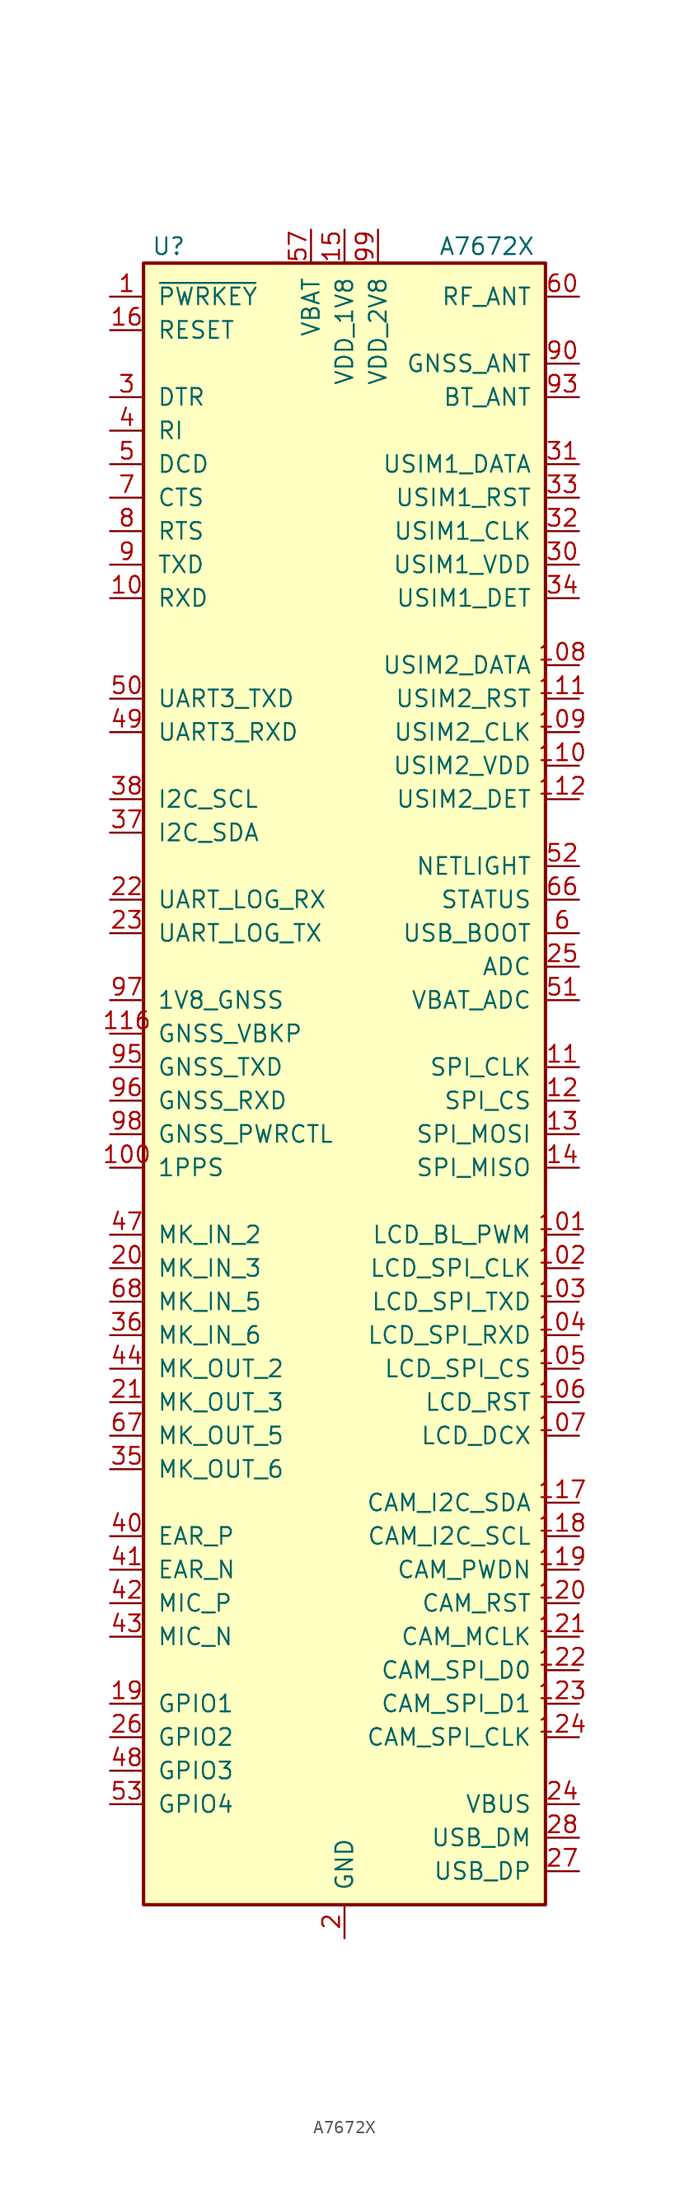
<source format=kicad_sym>
(kicad_symbol_lib
  (version 20220914)
  (generator kicad_symbol_editor)
  (symbol "A7672X"
    (pin_names
      (offset 1.016))
    (property "Reference" "U"
      (at -13.335 63.5 0)
      (effects (font (size 1.27 1.27))))
    (property "Value" "A7672X"
      (at 10.795 63.5 0)
      (effects (font (size 1.27 1.27))))
    (symbol "A7672X_0_0"
      (rectangle (start -15.24 62.23) (end 15.24 -62.23) (stroke (width 0.254) (type default)) (fill (type background))))
    (symbol "A7672X_1_0"
      (pin input line (at -17.78 36.83 0) (length 2.54) (name "RXD" (effects (font (size 1.27 1.27)))) (number "10" (effects (font (size 1.27 1.27)))))
      (pin output line (at -17.78 -6.35 0) (length 2.54) (name "1PPS" (effects (font (size 1.27 1.27)))) (number "100" (effects (font (size 1.27 1.27)))))
      (pin output line (at 17.78 -11.43 180) (length 2.54) (name "LCD_BL_PWM" (effects (font (size 1.27 1.27)))) (number "101" (effects (font (size 1.27 1.27)))))
      (pin output line (at 17.78 -13.97 180) (length 2.54) (name "LCD_SPI_CLK" (effects (font (size 1.27 1.27)))) (number "102" (effects (font (size 1.27 1.27)))))
      (pin bidirectional line (at 17.78 -16.51 180) (length 2.54) (name "LCD_SPI_TXD" (effects (font (size 1.27 1.27)))) (number "103" (effects (font (size 1.27 1.27)))))
      (pin input line (at 17.78 -19.05 180) (length 2.54) (name "LCD_SPI_RXD" (effects (font (size 1.27 1.27)))) (number "104" (effects (font (size 1.27 1.27)))))
      (pin output line (at 17.78 -21.59 180) (length 2.54) (name "LCD_SPI_CS" (effects (font (size 1.27 1.27)))) (number "105" (effects (font (size 1.27 1.27)))))
      (pin output line (at 17.78 -24.13 180) (length 2.54) (name "LCD_RST" (effects (font (size 1.27 1.27)))) (number "106" (effects (font (size 1.27 1.27)))))
      (pin output line (at 17.78 -26.67 180) (length 2.54) (name "LCD_DCX" (effects (font (size 1.27 1.27)))) (number "107" (effects (font (size 1.27 1.27)))))
      (pin bidirectional line (at 17.78 31.75 180) (length 2.54) (name "USIM2_DATA" (effects (font (size 1.27 1.27)))) (number "108" (effects (font (size 1.27 1.27)))))
      (pin output line (at 17.78 26.67 180) (length 2.54) (name "USIM2_CLK" (effects (font (size 1.27 1.27)))) (number "109" (effects (font (size 1.27 1.27)))))
      (pin bidirectional line (at 17.78 1.27 180) (length 2.54) (name "SPI_CLK" (effects (font (size 1.27 1.27)))) (number "11" (effects (font (size 1.27 1.27)))))
      (pin power_out line (at 17.78 24.13 180) (length 2.54) (name "USIM2_VDD" (effects (font (size 1.27 1.27)))) (number "110" (effects (font (size 1.27 1.27)))))
      (pin output line (at 17.78 29.21 180) (length 2.54) (name "USIM2_RST" (effects (font (size 1.27 1.27)))) (number "111" (effects (font (size 1.27 1.27)))))
      (pin bidirectional line (at 17.78 21.59 180) (length 2.54) (name "USIM2_DET" (effects (font (size 1.27 1.27)))) (number "112" (effects (font (size 1.27 1.27)))))
      (pin no_connect line (at -15.24 34.29 0) (length 2.54) hide (name "NC" (effects (font (size 1.27 1.27)))) (number "113" (effects (font (size 1.27 1.27)))))
      (pin no_connect line (at -15.24 34.29 0) (length 2.54) hide (name "NC" (effects (font (size 1.27 1.27)))) (number "114" (effects (font (size 1.27 1.27)))))
      (pin no_connect line (at -15.24 34.29 0) (length 2.54) hide (name "NC" (effects (font (size 1.27 1.27)))) (number "115" (effects (font (size 1.27 1.27)))))
      (pin power_in line (at -17.78 3.81 0) (length 2.54) (name "GNSS_VBKP" (effects (font (size 1.27 1.27)))) (number "116" (effects (font (size 1.27 1.27)))))
      (pin bidirectional line (at 17.78 -31.75 180) (length 2.54) (name "CAM_I2C_SDA" (effects (font (size 1.27 1.27)))) (number "117" (effects (font (size 1.27 1.27)))))
      (pin output line (at 17.78 -34.29 180) (length 2.54) (name "CAM_I2C_SCL" (effects (font (size 1.27 1.27)))) (number "118" (effects (font (size 1.27 1.27)))))
      (pin output line (at 17.78 -36.83 180) (length 2.54) (name "CAM_PWDN" (effects (font (size 1.27 1.27)))) (number "119" (effects (font (size 1.27 1.27)))))
      (pin bidirectional line (at 17.78 -1.27 180) (length 2.54) (name "SPI_CS" (effects (font (size 1.27 1.27)))) (number "12" (effects (font (size 1.27 1.27)))))
      (pin output line (at 17.78 -39.37 180) (length 2.54) (name "CAM_RST" (effects (font (size 1.27 1.27)))) (number "120" (effects (font (size 1.27 1.27)))))
      (pin output line (at 17.78 -41.91 180) (length 2.54) (name "CAM_MCLK" (effects (font (size 1.27 1.27)))) (number "121" (effects (font (size 1.27 1.27)))))
      (pin input line (at 17.78 -44.45 180) (length 2.54) (name "CAM_SPI_D0" (effects (font (size 1.27 1.27)))) (number "122" (effects (font (size 1.27 1.27)))))
      (pin input line (at 17.78 -46.99 180) (length 2.54) (name "CAM_SPI_D1" (effects (font (size 1.27 1.27)))) (number "123" (effects (font (size 1.27 1.27)))))
      (pin output line (at 17.78 -49.53 180) (length 2.54) (name "CAM_SPI_CLK" (effects (font (size 1.27 1.27)))) (number "124" (effects (font (size 1.27 1.27)))))
      (pin output line (at 17.78 -3.81 180) (length 2.54) (name "SPI_MOSI" (effects (font (size 1.27 1.27)))) (number "13" (effects (font (size 1.27 1.27)))))
      (pin input line (at 17.78 -6.35 180) (length 2.54) (name "SPI_MISO" (effects (font (size 1.27 1.27)))) (number "14" (effects (font (size 1.27 1.27)))))
      (pin output line (at 0 64.77 270) (length 2.54) (name "VDD_1V8" (effects (font (size 1.27 1.27)))) (number "15" (effects (font (size 1.27 1.27)))))
      (pin input line (at -17.78 57.15 0) (length 2.54) (name "RESET" (effects (font (size 1.27 1.27)))) (number "16" (effects (font (size 1.27 1.27)))))
      (pin power_in line (at 0 -64.77 90) (length 2.54) hide (name "GND" (effects (font (size 1.27 1.27)))) (number "17" (effects (font (size 1.27 1.27)))))
      (pin power_in line (at 0 -64.77 90) (length 2.54) hide (name "GND" (effects (font (size 1.27 1.27)))) (number "18" (effects (font (size 1.27 1.27)))))
      (pin bidirectional line (at -17.78 -46.99 0) (length 2.54) (name "GPIO1" (effects (font (size 1.27 1.27)))) (number "19" (effects (font (size 1.27 1.27)))))
      (pin power_in line (at 0 -64.77 90) (length 2.54) (name "GND" (effects (font (size 1.27 1.27)))) (number "2" (effects (font (size 1.27 1.27)))))
      (pin input line (at -17.78 -13.97 0) (length 2.54) (name "MK_IN_3" (effects (font (size 1.27 1.27)))) (number "20" (effects (font (size 1.27 1.27)))))
      (pin output line (at -17.78 -24.13 0) (length 2.54) (name "MK_OUT_3" (effects (font (size 1.27 1.27)))) (number "21" (effects (font (size 1.27 1.27)))))
      (pin input line (at -17.78 13.97 0) (length 2.54) (name "UART_LOG_RX" (effects (font (size 1.27 1.27)))) (number "22" (effects (font (size 1.27 1.27)))))
      (pin output line (at -17.78 11.43 0) (length 2.54) (name "UART_LOG_TX" (effects (font (size 1.27 1.27)))) (number "23" (effects (font (size 1.27 1.27)))))
      (pin input line (at 17.78 -54.61 180) (length 2.54) (name "VBUS" (effects (font (size 1.27 1.27)))) (number "24" (effects (font (size 1.27 1.27)))))
      (pin input line (at 17.78 8.89 180) (length 2.54) (name "ADC" (effects (font (size 1.27 1.27)))) (number "25" (effects (font (size 1.27 1.27)))))
      (pin bidirectional line (at -17.78 -49.53 0) (length 2.54) (name "GPIO2" (effects (font (size 1.27 1.27)))) (number "26" (effects (font (size 1.27 1.27)))))
      (pin bidirectional line (at 17.78 -59.69 180) (length 2.54) (name "USB_DP" (effects (font (size 1.27 1.27)))) (number "27" (effects (font (size 1.27 1.27)))))
      (pin bidirectional line (at 17.78 -57.15 180) (length 2.54) (name "USB_DM" (effects (font (size 1.27 1.27)))) (number "28" (effects (font (size 1.27 1.27)))))
      (pin power_in line (at 0 -64.77 90) (length 2.54) hide (name "GND" (effects (font (size 1.27 1.27)))) (number "29" (effects (font (size 1.27 1.27)))))
      (pin input line (at -17.78 52.07 0) (length 2.54) (name "DTR" (effects (font (size 1.27 1.27)))) (number "3" (effects (font (size 1.27 1.27)))))
      (pin power_out line (at 17.78 39.37 180) (length 2.54) (name "USIM1_VDD" (effects (font (size 1.27 1.27)))) (number "30" (effects (font (size 1.27 1.27)))))
      (pin bidirectional line (at 17.78 46.99 180) (length 2.54) (name "USIM1_DATA" (effects (font (size 1.27 1.27)))) (number "31" (effects (font (size 1.27 1.27)))))
      (pin output line (at 17.78 41.91 180) (length 2.54) (name "USIM1_CLK" (effects (font (size 1.27 1.27)))) (number "32" (effects (font (size 1.27 1.27)))))
      (pin output line (at 17.78 44.45 180) (length 2.54) (name "USIM1_RST" (effects (font (size 1.27 1.27)))) (number "33" (effects (font (size 1.27 1.27)))))
      (pin output line (at -17.78 -29.21 0) (length 2.54) (name "MK_OUT_6" (effects (font (size 1.27 1.27)))) (number "35" (effects (font (size 1.27 1.27)))))
      (pin input line (at -17.78 -19.05 0) (length 2.54) (name "MK_IN_6" (effects (font (size 1.27 1.27)))) (number "36" (effects (font (size 1.27 1.27)))))
      (pin bidirectional line (at -17.78 19.05 0) (length 2.54) (name "I2C_SDA" (effects (font (size 1.27 1.27)))) (number "37" (effects (font (size 1.27 1.27)))))
      (pin output line (at -17.78 21.59 0) (length 2.54) (name "I2C_SCL" (effects (font (size 1.27 1.27)))) (number "38" (effects (font (size 1.27 1.27)))))
      (pin power_in line (at 0 -64.77 90) (length 2.54) hide (name "GND" (effects (font (size 1.27 1.27)))) (number "39" (effects (font (size 1.27 1.27)))))
      (pin output line (at -17.78 49.53 0) (length 2.54) (name "RI" (effects (font (size 1.27 1.27)))) (number "4" (effects (font (size 1.27 1.27)))))
      (pin bidirectional line (at -17.78 -34.29 0) (length 2.54) (name "EAR_P" (effects (font (size 1.27 1.27)))) (number "40" (effects (font (size 1.27 1.27)))))
      (pin bidirectional line (at -17.78 -36.83 0) (length 2.54) (name "EAR_N" (effects (font (size 1.27 1.27)))) (number "41" (effects (font (size 1.27 1.27)))))
      (pin bidirectional line (at -17.78 -39.37 0) (length 2.54) (name "MIC_P" (effects (font (size 1.27 1.27)))) (number "42" (effects (font (size 1.27 1.27)))))
      (pin bidirectional line (at -17.78 -41.91 0) (length 2.54) (name "MIC_N" (effects (font (size 1.27 1.27)))) (number "43" (effects (font (size 1.27 1.27)))))
      (pin output line (at -17.78 -21.59 0) (length 2.54) (name "MK_OUT_2" (effects (font (size 1.27 1.27)))) (number "44" (effects (font (size 1.27 1.27)))))
      (pin power_in line (at 0 -64.77 90) (length 2.54) hide (name "GND" (effects (font (size 1.27 1.27)))) (number "45" (effects (font (size 1.27 1.27)))))
      (pin power_in line (at 0 -64.77 90) (length 2.54) hide (name "GND" (effects (font (size 1.27 1.27)))) (number "46" (effects (font (size 1.27 1.27)))))
      (pin input line (at -17.78 -11.43 0) (length 2.54) (name "MK_IN_2" (effects (font (size 1.27 1.27)))) (number "47" (effects (font (size 1.27 1.27)))))
      (pin bidirectional line (at -17.78 -52.07 0) (length 2.54) (name "GPIO3" (effects (font (size 1.27 1.27)))) (number "48" (effects (font (size 1.27 1.27)))))
      (pin output line (at -17.78 46.99 0) (length 2.54) (name "DCD" (effects (font (size 1.27 1.27)))) (number "5" (effects (font (size 1.27 1.27)))))
      (pin input line (at 17.78 6.35 180) (length 2.54) (name "VBAT_ADC" (effects (font (size 1.27 1.27)))) (number "51" (effects (font (size 1.27 1.27)))))
      (pin output line (at 17.78 16.51 180) (length 2.54) (name "NETLIGHT" (effects (font (size 1.27 1.27)))) (number "52" (effects (font (size 1.27 1.27)))))
      (pin bidirectional line (at -17.78 -54.61 0) (length 2.54) (name "GPIO4" (effects (font (size 1.27 1.27)))) (number "53" (effects (font (size 1.27 1.27)))))
      (pin power_in line (at 0 -64.77 90) (length 2.54) hide (name "GND" (effects (font (size 1.27 1.27)))) (number "54" (effects (font (size 1.27 1.27)))))
      (pin power_in line (at -2.54 64.77 270) (length 2.54) (name "VBAT" (effects (font (size 1.27 1.27)))) (number "57" (effects (font (size 1.27 1.27)))))
      (pin power_in line (at 0 -64.77 90) (length 2.54) hide (name "GND" (effects (font (size 1.27 1.27)))) (number "58" (effects (font (size 1.27 1.27)))))
      (pin power_in line (at 0 -64.77 90) (length 2.54) hide (name "GND" (effects (font (size 1.27 1.27)))) (number "59" (effects (font (size 1.27 1.27)))))
      (pin input line (at 17.78 11.43 180) (length 2.54) (name "USB_BOOT" (effects (font (size 1.27 1.27)))) (number "6" (effects (font (size 1.27 1.27)))))
      (pin bidirectional line (at 17.78 59.69 180) (length 2.54) (name "RF_ANT" (effects (font (size 1.27 1.27)))) (number "60" (effects (font (size 1.27 1.27)))))
      (pin power_in line (at 0 -64.77 90) (length 2.54) hide (name "GND" (effects (font (size 1.27 1.27)))) (number "61" (effects (font (size 1.27 1.27)))))
      (pin power_in line (at 0 -64.77 90) (length 2.54) hide (name "GND" (effects (font (size 1.27 1.27)))) (number "62" (effects (font (size 1.27 1.27)))))
      (pin power_in line (at 0 -64.77 90) (length 2.54) hide (name "GND" (effects (font (size 1.27 1.27)))) (number "63" (effects (font (size 1.27 1.27)))))
      (pin power_in line (at 0 -64.77 90) (length 2.54) hide (name "GND" (effects (font (size 1.27 1.27)))) (number "64" (effects (font (size 1.27 1.27)))))
      (pin power_in line (at 0 -64.77 90) (length 2.54) hide (name "GND" (effects (font (size 1.27 1.27)))) (number "65" (effects (font (size 1.27 1.27)))))
      (pin output line (at 17.78 13.97 180) (length 2.54) (name "STATUS" (effects (font (size 1.27 1.27)))) (number "66" (effects (font (size 1.27 1.27)))))
      (pin input line (at -17.78 -16.51 0) (length 2.54) (name "MK_IN_5" (effects (font (size 1.27 1.27)))) (number "68" (effects (font (size 1.27 1.27)))))
      (pin power_in line (at 0 -64.77 90) (length 2.54) hide (name "GND" (effects (font (size 1.27 1.27)))) (number "69" (effects (font (size 1.27 1.27)))))
      (pin output line (at -17.78 44.45 0) (length 2.54) (name "CTS" (effects (font (size 1.27 1.27)))) (number "7" (effects (font (size 1.27 1.27)))))
      (pin power_in line (at 0 -64.77 90) (length 2.54) hide (name "GND" (effects (font (size 1.27 1.27)))) (number "70" (effects (font (size 1.27 1.27)))))
      (pin power_in line (at 0 -64.77 90) (length 2.54) hide (name "GND" (effects (font (size 1.27 1.27)))) (number "71" (effects (font (size 1.27 1.27)))))
      (pin power_in line (at 0 -64.77 90) (length 2.54) hide (name "GND" (effects (font (size 1.27 1.27)))) (number "72" (effects (font (size 1.27 1.27)))))
      (pin power_in line (at 0 -64.77 90) (length 2.54) hide (name "GND" (effects (font (size 1.27 1.27)))) (number "73" (effects (font (size 1.27 1.27)))))
      (pin power_in line (at 0 -64.77 90) (length 2.54) hide (name "GND" (effects (font (size 1.27 1.27)))) (number "74" (effects (font (size 1.27 1.27)))))
      (pin power_in line (at 0 -64.77 90) (length 2.54) hide (name "GND" (effects (font (size 1.27 1.27)))) (number "75" (effects (font (size 1.27 1.27)))))
      (pin power_in line (at 0 -64.77 90) (length 2.54) hide (name "GND" (effects (font (size 1.27 1.27)))) (number "76" (effects (font (size 1.27 1.27)))))
      (pin power_in line (at 0 -64.77 90) (length 2.54) hide (name "GND" (effects (font (size 1.27 1.27)))) (number "77" (effects (font (size 1.27 1.27)))))
      (pin power_in line (at 0 -64.77 90) (length 2.54) hide (name "GND" (effects (font (size 1.27 1.27)))) (number "78" (effects (font (size 1.27 1.27)))))
      (pin power_in line (at 0 -64.77 90) (length 2.54) hide (name "GND" (effects (font (size 1.27 1.27)))) (number "79" (effects (font (size 1.27 1.27)))))
      (pin input line (at -17.78 41.91 0) (length 2.54) (name "RTS" (effects (font (size 1.27 1.27)))) (number "8" (effects (font (size 1.27 1.27)))))
      (pin power_in line (at 0 -64.77 90) (length 2.54) hide (name "GND" (effects (font (size 1.27 1.27)))) (number "80" (effects (font (size 1.27 1.27)))))
      (pin power_in line (at 0 -64.77 90) (length 2.54) hide (name "GND" (effects (font (size 1.27 1.27)))) (number "81" (effects (font (size 1.27 1.27)))))
      (pin power_in line (at 0 -64.77 90) (length 2.54) hide (name "GND" (effects (font (size 1.27 1.27)))) (number "82" (effects (font (size 1.27 1.27)))))
      (pin power_in line (at 0 -64.77 90) (length 2.54) hide (name "GND" (effects (font (size 1.27 1.27)))) (number "83" (effects (font (size 1.27 1.27)))))
      (pin power_in line (at 0 -64.77 90) (length 2.54) hide (name "GND" (effects (font (size 1.27 1.27)))) (number "84" (effects (font (size 1.27 1.27)))))
      (pin power_in line (at 0 -64.77 90) (length 2.54) hide (name "GND" (effects (font (size 1.27 1.27)))) (number "85" (effects (font (size 1.27 1.27)))))
      (pin power_in line (at 0 -64.77 90) (length 2.54) hide (name "GND" (effects (font (size 1.27 1.27)))) (number "86" (effects (font (size 1.27 1.27)))))
      (pin power_in line (at 0 -64.77 90) (length 2.54) hide (name "GND" (effects (font (size 1.27 1.27)))) (number "87" (effects (font (size 1.27 1.27)))))
      (pin power_in line (at 0 -64.77 90) (length 2.54) hide (name "GND" (effects (font (size 1.27 1.27)))) (number "88" (effects (font (size 1.27 1.27)))))
      (pin power_in line (at 0 -64.77 90) (length 2.54) hide (name "GND" (effects (font (size 1.27 1.27)))) (number "89" (effects (font (size 1.27 1.27)))))
      (pin output line (at -17.78 39.37 0) (length 2.54) (name "TXD" (effects (font (size 1.27 1.27)))) (number "9" (effects (font (size 1.27 1.27)))))
      (pin bidirectional line (at 17.78 54.61 180) (length 2.54) (name "GNSS_ANT" (effects (font (size 1.27 1.27)))) (number "90" (effects (font (size 1.27 1.27)))))
      (pin power_in line (at 0 -64.77 90) (length 2.54) hide (name "GND" (effects (font (size 1.27 1.27)))) (number "91" (effects (font (size 1.27 1.27)))))
      (pin power_in line (at 0 -64.77 90) (length 2.54) hide (name "GND" (effects (font (size 1.27 1.27)))) (number "92" (effects (font (size 1.27 1.27)))))
      (pin bidirectional line (at 17.78 52.07 180) (length 2.54) (name "BT_ANT" (effects (font (size 1.27 1.27)))) (number "93" (effects (font (size 1.27 1.27)))))
      (pin power_in line (at 0 -64.77 90) (length 2.54) hide (name "GND" (effects (font (size 1.27 1.27)))) (number "94" (effects (font (size 1.27 1.27)))))
      (pin output line (at -17.78 1.27 0) (length 2.54) (name "GNSS_TXD" (effects (font (size 1.27 1.27)))) (number "95" (effects (font (size 1.27 1.27)))))
      (pin input line (at -17.78 -1.27 0) (length 2.54) (name "GNSS_RXD" (effects (font (size 1.27 1.27)))) (number "96" (effects (font (size 1.27 1.27)))))
      (pin power_in line (at -17.78 6.35 0) (length 2.54) (name "1V8_GNSS" (effects (font (size 1.27 1.27)))) (number "97" (effects (font (size 1.27 1.27)))))
      (pin input line (at -17.78 -3.81 0) (length 2.54) (name "GNSS_PWRCTL" (effects (font (size 1.27 1.27)))) (number "98" (effects (font (size 1.27 1.27)))))
      (pin power_out line (at 2.54 64.77 270) (length 2.54) (name "VDD_2V8" (effects (font (size 1.27 1.27)))) (number "99" (effects (font (size 1.27 1.27))))))
    (symbol "A7672X_1_1"
      (pin input line (at -17.78 59.69 0) (length 2.54) (name "~{PWRKEY}" (effects (font (size 1.27 1.27)))) (number "1" (effects (font (size 1.27 1.27)))))
      (pin bidirectional line (at 17.78 36.83 180) (length 2.54) (name "USIM1_DET" (effects (font (size 1.27 1.27)))) (number "34" (effects (font (size 1.27 1.27)))))
      (pin input line (at -17.78 26.67 0) (length 2.54) (name "UART3_RXD" (effects (font (size 1.27 1.27)))) (number "49" (effects (font (size 1.27 1.27)))))
      (pin output line (at -17.78 29.21 0) (length 2.54) (name "UART3_TXD" (effects (font (size 1.27 1.27)))) (number "50" (effects (font (size 1.27 1.27)))))
      (pin power_in line (at -2.54 64.77 270) (length 2.54) hide (name "VBAT" (effects (font (size 1.27 1.27)))) (number "55" (effects (font (size 1.27 1.27)))))
      (pin power_in line (at -2.54 64.77 270) (length 2.54) hide (name "VBAT" (effects (font (size 1.27 1.27)))) (number "56" (effects (font (size 1.27 1.27)))))
      (pin output line (at -17.78 -26.67 0) (length 2.54) (name "MK_OUT_5" (effects (font (size 1.27 1.27)))) (number "67" (effects (font (size 1.27 1.27))))))))
</source>
